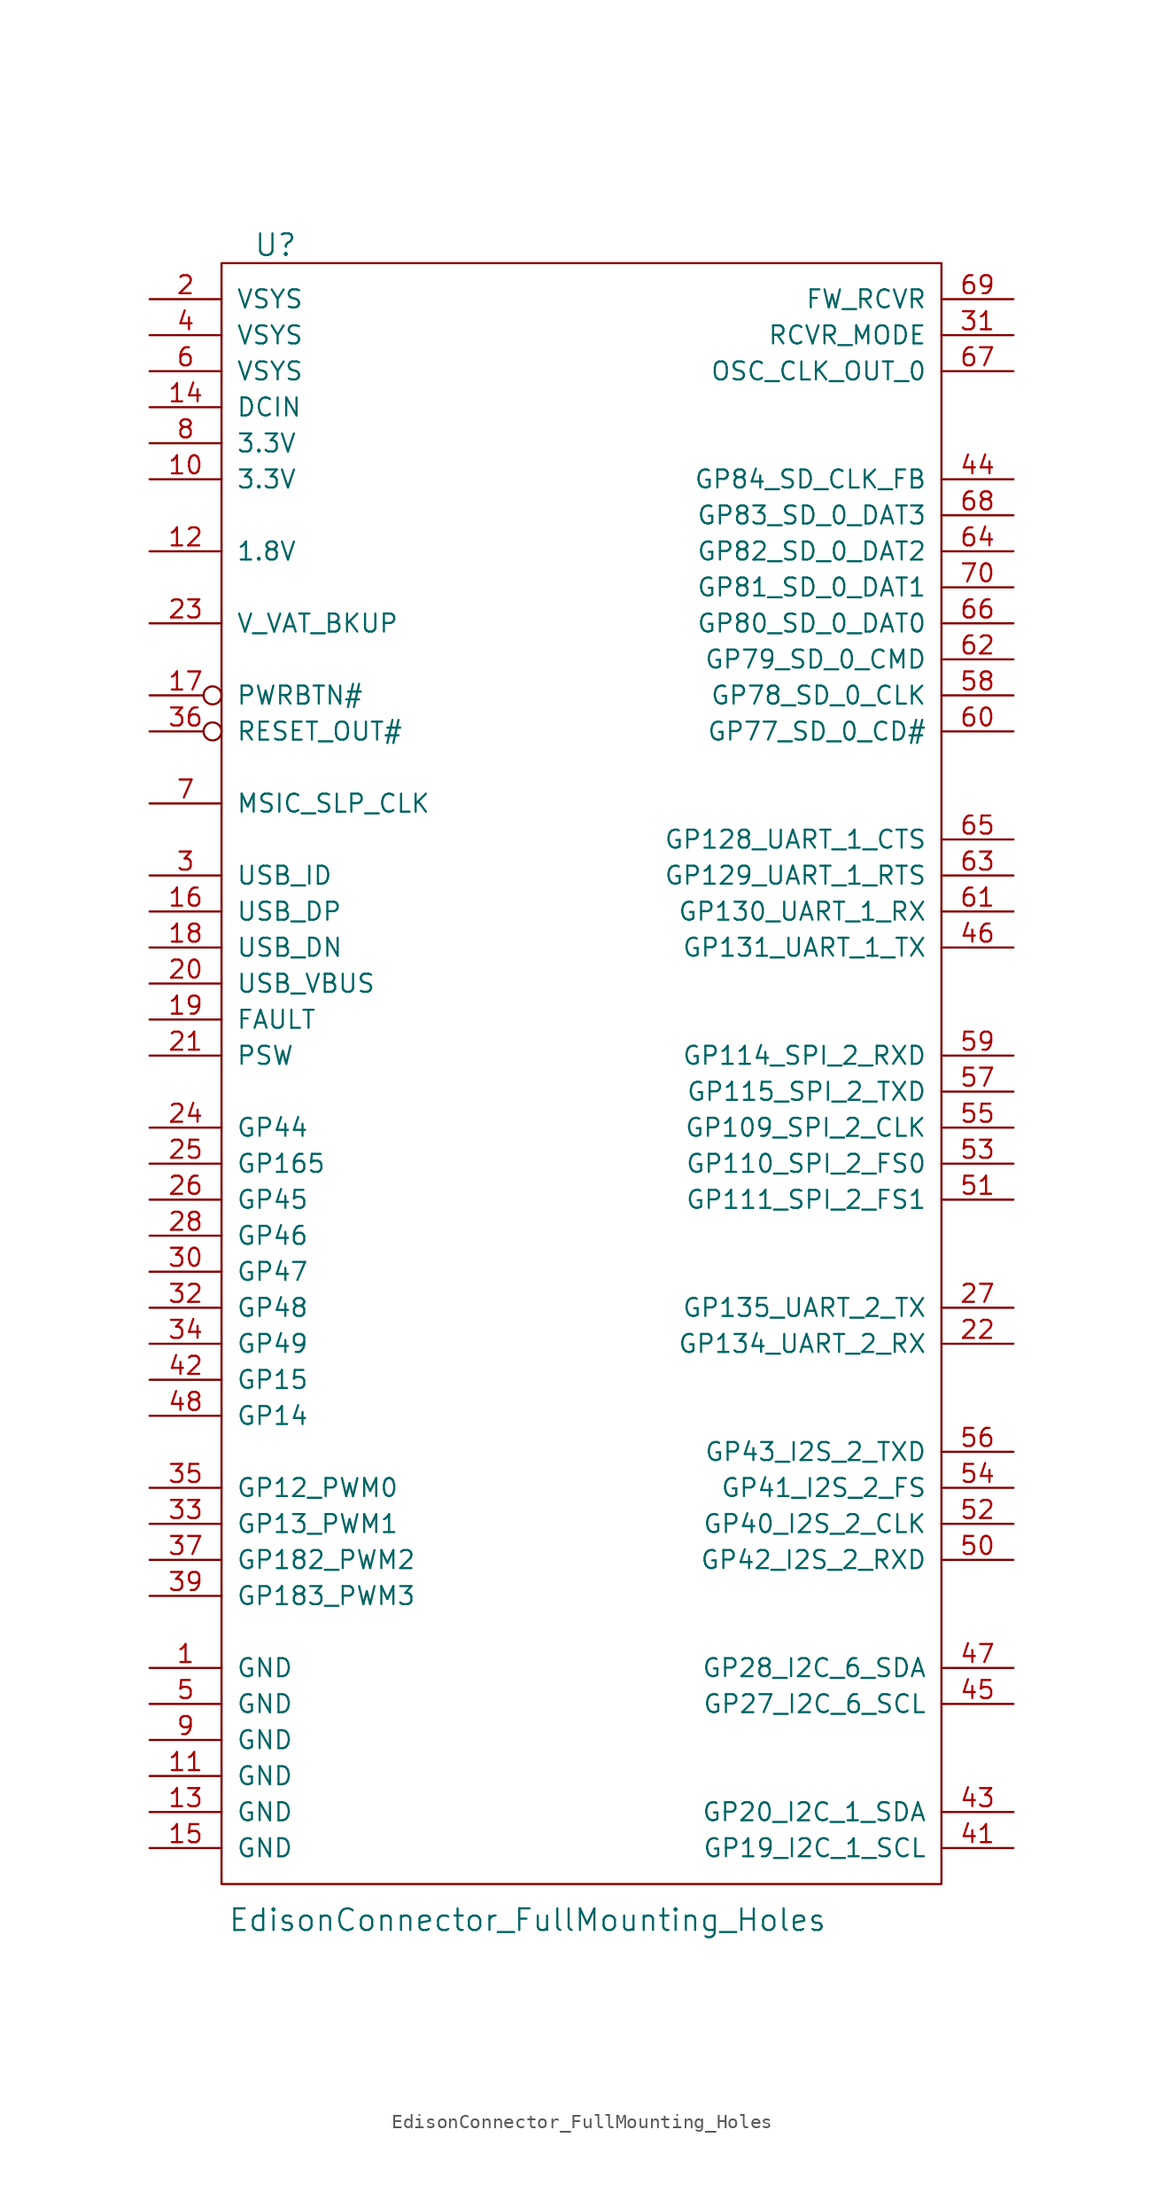
<source format=kicad_sym>
(kicad_symbol_lib
  (version 20211014)
  (generator kicad_symbol_editor)
  (symbol "EdisonConnector_FullMounting_Holes"
    (pin_names
      (offset 1.016))
    (property "Reference" "U"
      (at -21.59 57.15 0)
      (effects (font (size 1.524 1.524))))
    (property "Value" "EdisonConnector_FullMounting_Holes"
      (at -3.81 -60.96 0)
      (effects (font (size 1.524 1.524))))
    (property "Footprint" ""
      (at 0 10.16 0)
      (effects (font (size 1.524 1.524))))
    (property "Datasheet" ""
      (at 0 10.16 0)
      (effects (font (size 1.524 1.524))))
    (symbol "EdisonConnector_FullMounting_Holes_0_1"
      (rectangle (start -25.4 55.88) (end 25.4 -58.42) (stroke (width 0) (type default) (color 0 0 0 0)) (fill (type none))))
    (symbol "EdisonConnector_FullMounting_Holes_1_1"
      (pin power_in line (at -30.48 -43.18 0) (length 5.08) (name "GND" (effects (font (size 1.27 1.27)))) (number "1" (effects (font (size 1.27 1.27)))))
      (pin power_in line (at -30.48 40.64 0) (length 5.08) (name "3.3V" (effects (font (size 1.27 1.27)))) (number "10" (effects (font (size 1.27 1.27)))))
      (pin power_in line (at -30.48 -50.8 0) (length 5.08) (name "GND" (effects (font (size 1.27 1.27)))) (number "11" (effects (font (size 1.27 1.27)))))
      (pin power_in line (at -30.48 35.56 0) (length 5.08) (name "1.8V" (effects (font (size 1.27 1.27)))) (number "12" (effects (font (size 1.27 1.27)))))
      (pin power_in line (at -30.48 -53.34 0) (length 5.08) (name "GND" (effects (font (size 1.27 1.27)))) (number "13" (effects (font (size 1.27 1.27)))))
      (pin power_in line (at -30.48 45.72 0) (length 5.08) (name "DCIN" (effects (font (size 1.27 1.27)))) (number "14" (effects (font (size 1.27 1.27)))))
      (pin power_in line (at -30.48 -55.88 0) (length 5.08) (name "GND" (effects (font (size 1.27 1.27)))) (number "15" (effects (font (size 1.27 1.27)))))
      (pin bidirectional line (at -30.48 10.16 0) (length 5.08) (name "USB_DP" (effects (font (size 1.27 1.27)))) (number "16" (effects (font (size 1.27 1.27)))))
      (pin input inverted (at -30.48 25.4 0) (length 5.08) (name "PWRBTN#" (effects (font (size 1.27 1.27)))) (number "17" (effects (font (size 1.27 1.27)))))
      (pin bidirectional line (at -30.48 7.62 0) (length 5.08) (name "USB_DN" (effects (font (size 1.27 1.27)))) (number "18" (effects (font (size 1.27 1.27)))))
      (pin input line (at -30.48 2.54 0) (length 5.08) (name "FAULT" (effects (font (size 1.27 1.27)))) (number "19" (effects (font (size 1.27 1.27)))))
      (pin power_in line (at -30.48 53.34 0) (length 5.08) (name "VSYS" (effects (font (size 1.27 1.27)))) (number "2" (effects (font (size 1.27 1.27)))))
      (pin power_in line (at -30.48 5.08 0) (length 5.08) (name "USB_VBUS" (effects (font (size 1.27 1.27)))) (number "20" (effects (font (size 1.27 1.27)))))
      (pin input line (at -30.48 0 0) (length 5.08) (name "PSW" (effects (font (size 1.27 1.27)))) (number "21" (effects (font (size 1.27 1.27)))))
      (pin bidirectional line (at 30.48 -20.32 180) (length 5.08) (name "GP134_UART_2_RX" (effects (font (size 1.27 1.27)))) (number "22" (effects (font (size 1.27 1.27)))))
      (pin power_in line (at -30.48 30.48 0) (length 5.08) (name "V_VAT_BKUP" (effects (font (size 1.27 1.27)))) (number "23" (effects (font (size 1.27 1.27)))))
      (pin bidirectional line (at -30.48 -5.08 0) (length 5.08) (name "GP44" (effects (font (size 1.27 1.27)))) (number "24" (effects (font (size 1.27 1.27)))))
      (pin bidirectional line (at -30.48 -7.62 0) (length 5.08) (name "GP165" (effects (font (size 1.27 1.27)))) (number "25" (effects (font (size 1.27 1.27)))))
      (pin bidirectional line (at -30.48 -10.16 0) (length 5.08) (name "GP45" (effects (font (size 1.27 1.27)))) (number "26" (effects (font (size 1.27 1.27)))))
      (pin bidirectional line (at 30.48 -17.78 180) (length 5.08) (name "GP135_UART_2_TX" (effects (font (size 1.27 1.27)))) (number "27" (effects (font (size 1.27 1.27)))))
      (pin bidirectional line (at -30.48 -12.7 0) (length 5.08) (name "GP46" (effects (font (size 1.27 1.27)))) (number "28" (effects (font (size 1.27 1.27)))))
      (pin input line (at -30.48 12.7 0) (length 5.08) (name "USB_ID" (effects (font (size 1.27 1.27)))) (number "3" (effects (font (size 1.27 1.27)))))
      (pin bidirectional line (at -30.48 -15.24 0) (length 5.08) (name "GP47" (effects (font (size 1.27 1.27)))) (number "30" (effects (font (size 1.27 1.27)))))
      (pin input line (at 30.48 50.8 180) (length 5.08) (name "RCVR_MODE" (effects (font (size 1.27 1.27)))) (number "31" (effects (font (size 1.27 1.27)))))
      (pin bidirectional line (at -30.48 -17.78 0) (length 5.08) (name "GP48" (effects (font (size 1.27 1.27)))) (number "32" (effects (font (size 1.27 1.27)))))
      (pin bidirectional line (at -30.48 -33.02 0) (length 5.08) (name "GP13_PWM1" (effects (font (size 1.27 1.27)))) (number "33" (effects (font (size 1.27 1.27)))))
      (pin bidirectional line (at -30.48 -20.32 0) (length 5.08) (name "GP49" (effects (font (size 1.27 1.27)))) (number "34" (effects (font (size 1.27 1.27)))))
      (pin bidirectional line (at -30.48 -30.48 0) (length 5.08) (name "GP12_PWM0" (effects (font (size 1.27 1.27)))) (number "35" (effects (font (size 1.27 1.27)))))
      (pin output inverted (at -30.48 22.86 0) (length 5.08) (name "RESET_OUT#" (effects (font (size 1.27 1.27)))) (number "36" (effects (font (size 1.27 1.27)))))
      (pin bidirectional line (at -30.48 -35.56 0) (length 5.08) (name "GP182_PWM2" (effects (font (size 1.27 1.27)))) (number "37" (effects (font (size 1.27 1.27)))))
      (pin bidirectional line (at -30.48 -38.1 0) (length 5.08) (name "GP183_PWM3" (effects (font (size 1.27 1.27)))) (number "39" (effects (font (size 1.27 1.27)))))
      (pin power_in line (at -30.48 50.8 0) (length 5.08) (name "VSYS" (effects (font (size 1.27 1.27)))) (number "4" (effects (font (size 1.27 1.27)))))
      (pin bidirectional line (at 30.48 -55.88 180) (length 5.08) (name "GP19_I2C_1_SCL" (effects (font (size 1.27 1.27)))) (number "41" (effects (font (size 1.27 1.27)))))
      (pin bidirectional line (at -30.48 -22.86 0) (length 5.08) (name "GP15" (effects (font (size 1.27 1.27)))) (number "42" (effects (font (size 1.27 1.27)))))
      (pin bidirectional line (at 30.48 -53.34 180) (length 5.08) (name "GP20_I2C_1_SDA" (effects (font (size 1.27 1.27)))) (number "43" (effects (font (size 1.27 1.27)))))
      (pin bidirectional line (at 30.48 40.64 180) (length 5.08) (name "GP84_SD_CLK_FB" (effects (font (size 1.27 1.27)))) (number "44" (effects (font (size 1.27 1.27)))))
      (pin bidirectional line (at 30.48 -45.72 180) (length 5.08) (name "GP27_I2C_6_SCL" (effects (font (size 1.27 1.27)))) (number "45" (effects (font (size 1.27 1.27)))))
      (pin bidirectional line (at 30.48 7.62 180) (length 5.08) (name "GP131_UART_1_TX" (effects (font (size 1.27 1.27)))) (number "46" (effects (font (size 1.27 1.27)))))
      (pin bidirectional line (at 30.48 -43.18 180) (length 5.08) (name "GP28_I2C_6_SDA" (effects (font (size 1.27 1.27)))) (number "47" (effects (font (size 1.27 1.27)))))
      (pin bidirectional line (at -30.48 -25.4 0) (length 5.08) (name "GP14" (effects (font (size 1.27 1.27)))) (number "48" (effects (font (size 1.27 1.27)))))
      (pin power_in line (at -30.48 -45.72 0) (length 5.08) (name "GND" (effects (font (size 1.27 1.27)))) (number "5" (effects (font (size 1.27 1.27)))))
      (pin bidirectional line (at 30.48 -35.56 180) (length 5.08) (name "GP42_I2S_2_RXD" (effects (font (size 1.27 1.27)))) (number "50" (effects (font (size 1.27 1.27)))))
      (pin bidirectional line (at 30.48 -10.16 180) (length 5.08) (name "GP111_SPI_2_FS1" (effects (font (size 1.27 1.27)))) (number "51" (effects (font (size 1.27 1.27)))))
      (pin bidirectional line (at 30.48 -33.02 180) (length 5.08) (name "GP40_I2S_2_CLK" (effects (font (size 1.27 1.27)))) (number "52" (effects (font (size 1.27 1.27)))))
      (pin bidirectional line (at 30.48 -7.62 180) (length 5.08) (name "GP110_SPI_2_FS0" (effects (font (size 1.27 1.27)))) (number "53" (effects (font (size 1.27 1.27)))))
      (pin bidirectional line (at 30.48 -30.48 180) (length 5.08) (name "GP41_I2S_2_FS" (effects (font (size 1.27 1.27)))) (number "54" (effects (font (size 1.27 1.27)))))
      (pin bidirectional line (at 30.48 -5.08 180) (length 5.08) (name "GP109_SPI_2_CLK" (effects (font (size 1.27 1.27)))) (number "55" (effects (font (size 1.27 1.27)))))
      (pin bidirectional line (at 30.48 -27.94 180) (length 5.08) (name "GP43_I2S_2_TXD" (effects (font (size 1.27 1.27)))) (number "56" (effects (font (size 1.27 1.27)))))
      (pin bidirectional line (at 30.48 -2.54 180) (length 5.08) (name "GP115_SPI_2_TXD" (effects (font (size 1.27 1.27)))) (number "57" (effects (font (size 1.27 1.27)))))
      (pin bidirectional line (at 30.48 25.4 180) (length 5.08) (name "GP78_SD_0_CLK" (effects (font (size 1.27 1.27)))) (number "58" (effects (font (size 1.27 1.27)))))
      (pin bidirectional line (at 30.48 0 180) (length 5.08) (name "GP114_SPI_2_RXD" (effects (font (size 1.27 1.27)))) (number "59" (effects (font (size 1.27 1.27)))))
      (pin power_in line (at -30.48 48.26 0) (length 5.08) (name "VSYS" (effects (font (size 1.27 1.27)))) (number "6" (effects (font (size 1.27 1.27)))))
      (pin bidirectional line (at 30.48 22.86 180) (length 5.08) (name "GP77_SD_0_CD#" (effects (font (size 1.27 1.27)))) (number "60" (effects (font (size 1.27 1.27)))))
      (pin bidirectional line (at 30.48 10.16 180) (length 5.08) (name "GP130_UART_1_RX" (effects (font (size 1.27 1.27)))) (number "61" (effects (font (size 1.27 1.27)))))
      (pin bidirectional line (at 30.48 27.94 180) (length 5.08) (name "GP79_SD_0_CMD" (effects (font (size 1.27 1.27)))) (number "62" (effects (font (size 1.27 1.27)))))
      (pin bidirectional line (at 30.48 12.7 180) (length 5.08) (name "GP129_UART_1_RTS" (effects (font (size 1.27 1.27)))) (number "63" (effects (font (size 1.27 1.27)))))
      (pin bidirectional line (at 30.48 35.56 180) (length 5.08) (name "GP82_SD_0_DAT2" (effects (font (size 1.27 1.27)))) (number "64" (effects (font (size 1.27 1.27)))))
      (pin bidirectional line (at 30.48 15.24 180) (length 5.08) (name "GP128_UART_1_CTS" (effects (font (size 1.27 1.27)))) (number "65" (effects (font (size 1.27 1.27)))))
      (pin bidirectional line (at 30.48 30.48 180) (length 5.08) (name "GP80_SD_0_DAT0" (effects (font (size 1.27 1.27)))) (number "66" (effects (font (size 1.27 1.27)))))
      (pin output line (at 30.48 48.26 180) (length 5.08) (name "OSC_CLK_OUT_0" (effects (font (size 1.27 1.27)))) (number "67" (effects (font (size 1.27 1.27)))))
      (pin bidirectional line (at 30.48 38.1 180) (length 5.08) (name "GP83_SD_0_DAT3" (effects (font (size 1.27 1.27)))) (number "68" (effects (font (size 1.27 1.27)))))
      (pin input line (at 30.48 53.34 180) (length 5.08) (name "FW_RCVR" (effects (font (size 1.27 1.27)))) (number "69" (effects (font (size 1.27 1.27)))))
      (pin input line (at -30.48 17.78 0) (length 5.08) (name "MSIC_SLP_CLK" (effects (font (size 1.27 1.27)))) (number "7" (effects (font (size 1.27 1.27)))))
      (pin bidirectional line (at 30.48 33.02 180) (length 5.08) (name "GP81_SD_0_DAT1" (effects (font (size 1.27 1.27)))) (number "70" (effects (font (size 1.27 1.27)))))
      (pin power_in line (at -30.48 43.18 0) (length 5.08) (name "3.3V" (effects (font (size 1.27 1.27)))) (number "8" (effects (font (size 1.27 1.27)))))
      (pin power_in line (at -30.48 -48.26 0) (length 5.08) (name "GND" (effects (font (size 1.27 1.27)))) (number "9" (effects (font (size 1.27 1.27))))))))
</source>
